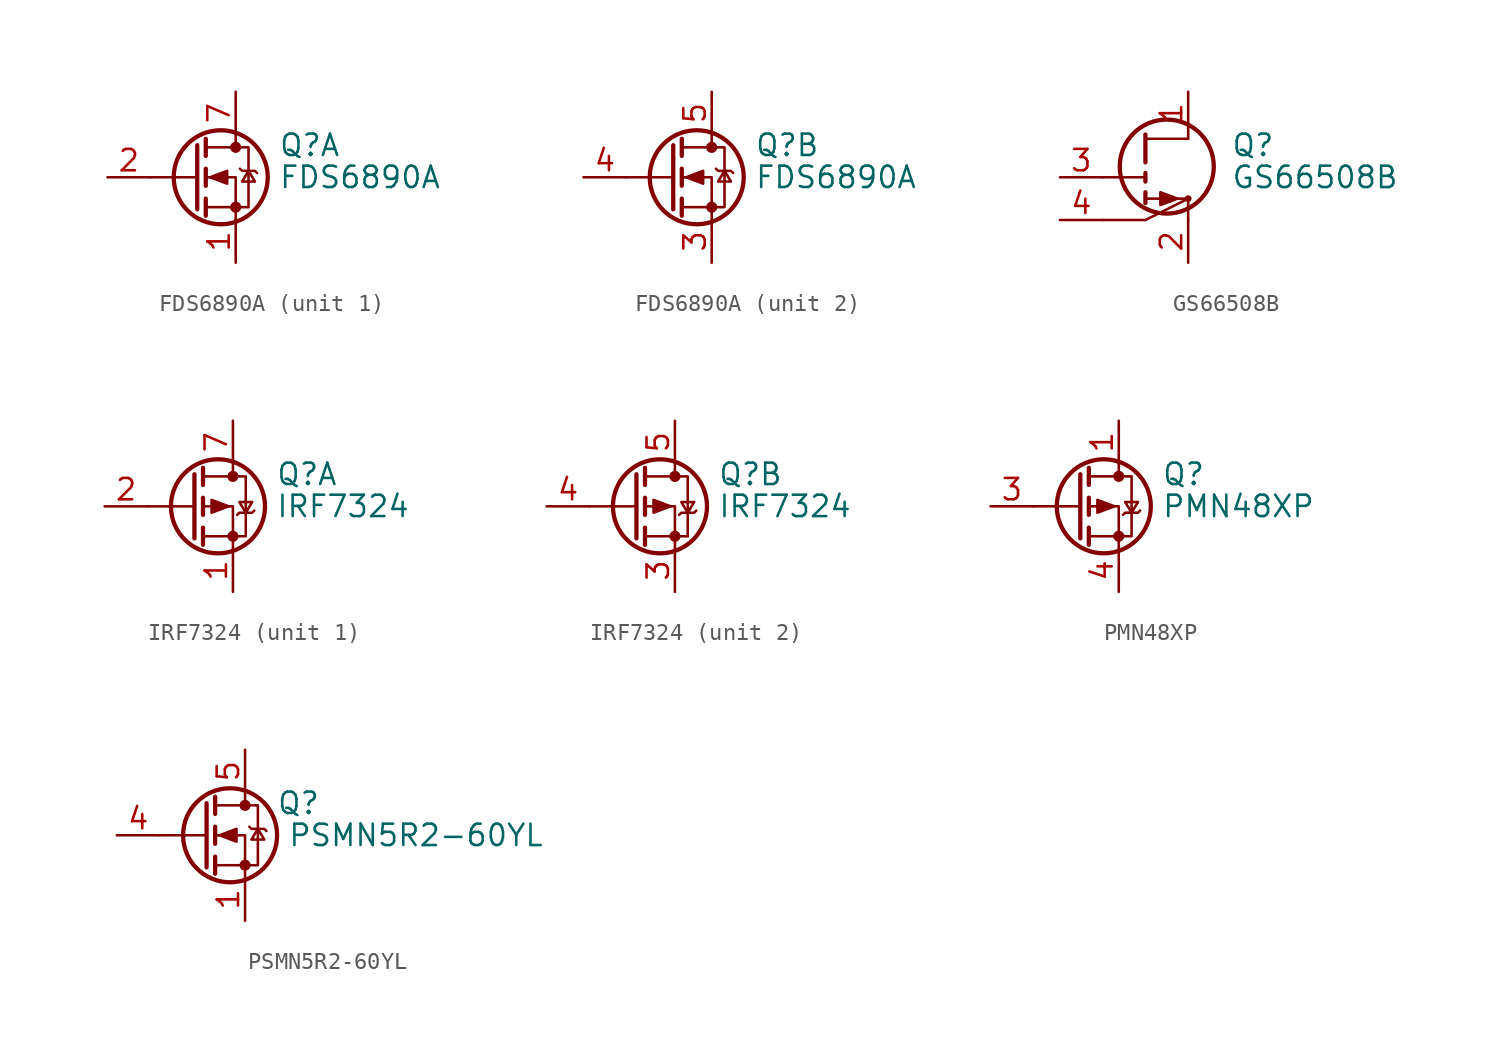
<source format=kicad_sym>
(kicad_symbol_lib
  (version 20220914)
  (generator kicad_symbol_editor)
  (symbol "FDS6890A"
    (pin_names hide)
    (property "Reference" "Q"
      (at 5.08 1.905 0)
      (effects (font (size 1.27 1.27)) (justify left)))
    (property "Value" "FDS6890A"
      (at 5.08 0 0)
      (effects (font (size 1.27 1.27)) (justify left)))
    (symbol "FDS6890A_0_1"
      (polyline (pts (xy 0.254 0) (xy -2.54 0)) (stroke (width 0) (type default)) (fill (type none)))
      (polyline (pts (xy 0.254 1.905) (xy 0.254 -1.905)) (stroke (width 0.254) (type default)) (fill (type none)))
      (polyline (pts (xy 0.762 -1.27) (xy 0.762 -2.286)) (stroke (width 0.254) (type default)) (fill (type none)))
      (polyline (pts (xy 0.762 0.508) (xy 0.762 -0.508)) (stroke (width 0.254) (type default)) (fill (type none)))
      (polyline (pts (xy 0.762 2.286) (xy 0.762 1.27)) (stroke (width 0.254) (type default)) (fill (type none)))
      (polyline (pts (xy 2.54 2.54) (xy 2.54 1.778)) (stroke (width 0) (type default)) (fill (type none)))
      (polyline (pts (xy 2.54 -2.54) (xy 2.54 0) (xy 0.762 0)) (stroke (width 0) (type default)) (fill (type none)))
      (polyline (pts (xy 0.762 -1.778) (xy 3.302 -1.778) (xy 3.302 1.778) (xy 0.762 1.778)) (stroke (width 0) (type default)) (fill (type none)))
      (polyline (pts (xy 1.016 0) (xy 2.032 0.381) (xy 2.032 -0.381) (xy 1.016 0)) (stroke (width 0) (type default)) (fill (type outline)))
      (polyline (pts (xy 2.794 0.508) (xy 2.921 0.381) (xy 3.683 0.381) (xy 3.81 0.254)) (stroke (width 0) (type default)) (fill (type none)))
      (polyline (pts (xy 3.302 0.381) (xy 2.921 -0.254) (xy 3.683 -0.254) (xy 3.302 0.381)) (stroke (width 0) (type default)) (fill (type none)))
      (circle (center 1.651 0) (radius 2.794) (stroke (width 0.254) (type default)) (fill (type none)))
      (circle (center 2.54 -1.778) (radius 0.254) (stroke (width 0) (type default)) (fill (type outline)))
      (circle (center 2.54 1.778) (radius 0.254) (stroke (width 0) (type default)) (fill (type outline))))
    (symbol "FDS6890A_1_1"
      (pin passive line (at 2.54 -5.08 90) (length 2.54) (name "S1" (effects (font (size 1.27 1.27)))) (number "1" (effects (font (size 1.27 1.27)))))
      (pin passive line (at -5.08 0 0) (length 2.54) (name "G1" (effects (font (size 1.27 1.27)))) (number "2" (effects (font (size 1.27 1.27)))))
      (pin passive line (at 2.54 5.08 270) (length 2.54) (name "D1" (effects (font (size 1.27 1.27)))) (number "7" (effects (font (size 1.27 1.27)))))
      (pin passive line (at 2.54 5.08 270) (length 2.54) hide (name "D1" (effects (font (size 1.27 1.27)))) (number "8" (effects (font (size 1.27 1.27))))))
    (symbol "FDS6890A_2_1"
      (pin passive line (at 2.54 -5.08 90) (length 2.54) (name "S2" (effects (font (size 1.27 1.27)))) (number "3" (effects (font (size 1.27 1.27)))))
      (pin passive line (at -5.08 0 0) (length 2.54) (name "G2" (effects (font (size 1.27 1.27)))) (number "4" (effects (font (size 1.27 1.27)))))
      (pin passive line (at 2.54 5.08 270) (length 2.54) (name "D2" (effects (font (size 1.27 1.27)))) (number "5" (effects (font (size 1.27 1.27)))))
      (pin passive line (at 2.54 5.08 270) (length 2.54) hide (name "D2" (effects (font (size 1.27 1.27)))) (number "6" (effects (font (size 1.27 1.27)))))))
  (symbol "GS66508B"
    (pin_names
      (offset 0) hide)
    (property "Reference" "Q"
      (at 5.08 1.905 0)
      (effects (font (size 1.27 1.27)) (justify left)))
    (property "Value" "GS66508B"
      (at 5.08 0 0)
      (effects (font (size 1.27 1.27)) (justify left)))
    (symbol "GS66508B_0_1"
      (polyline (pts (xy -2.54 -2.54) (xy 0 -2.54)) (stroke (width 0) (type default)) (fill (type none)))
      (polyline (pts (xy 0 -2.54) (xy 2.54 -1.27)) (stroke (width 0) (type default)) (fill (type none)))
      (polyline (pts (xy 0 0) (xy -2.54 0)) (stroke (width 0) (type default)) (fill (type none)))
      (polyline (pts (xy 0 2.286) (xy 2.54 2.286)) (stroke (width 0) (type default)) (fill (type none)))
      (polyline (pts (xy 2.54 -2.54) (xy 2.54 -1.27)) (stroke (width 0) (type default)) (fill (type none)))
      (polyline (pts (xy 2.54 -1.27) (xy 0 -1.27)) (stroke (width 0) (type default)) (fill (type none)))
      (polyline (pts (xy 2.54 2.286) (xy 2.54 2.54)) (stroke (width 0) (type default)) (fill (type none)))
      (polyline (pts (xy 1.905 -1.27) (xy 0.889 -0.889) (xy 0.889 -1.651) (xy 1.905 -1.27)) (stroke (width 0) (type default)) (fill (type outline)))
      (circle (center 1.27 0.635) (radius 2.794) (stroke (width 0.254) (type default)) (fill (type none)))
      (circle (center 2.54 -1.27) (radius 0.127) (stroke (width 0) (type default)) (fill (type none))))
    (symbol "GS66508B_1_1"
      (polyline (pts (xy 0 -0.889) (xy 0 -1.524)) (stroke (width 0.254) (type default)) (fill (type none)))
      (polyline (pts (xy 0 0.254) (xy 0 -0.254)) (stroke (width 0.254) (type default)) (fill (type none)))
      (polyline (pts (xy 0 0.889) (xy 0 2.54)) (stroke (width 0.254) (type default)) (fill (type none)))
      (pin passive line (at 2.54 5.08 270) (length 2.54) (name "D" (effects (font (size 1.27 1.27)))) (number "1" (effects (font (size 1.27 1.27)))))
      (pin passive line (at 2.54 -5.08 90) (length 2.54) (name "S" (effects (font (size 1.27 1.27)))) (number "2" (effects (font (size 1.27 1.27)))))
      (pin input line (at -5.08 0 0) (length 2.54) (name "G" (effects (font (size 1.27 1.27)))) (number "3" (effects (font (size 1.27 1.27)))))
      (pin passive line (at -5.08 -2.54 0) (length 2.54) (name "SS" (effects (font (size 1.27 1.27)))) (number "4" (effects (font (size 1.27 1.27)))))))
  (symbol "IRF7324"
    (pin_names hide)
    (property "Reference" "Q"
      (at 5.08 1.905 0)
      (effects (font (size 1.27 1.27)) (justify left)))
    (property "Value" "IRF7324"
      (at 5.08 0 0)
      (effects (font (size 1.27 1.27)) (justify left)))
    (symbol "IRF7324_0_1"
      (polyline (pts (xy 0.254 0) (xy -2.54 0)) (stroke (width 0) (type default)) (fill (type none)))
      (polyline (pts (xy 0.254 1.905) (xy 0.254 -1.905)) (stroke (width 0.254) (type default)) (fill (type none)))
      (polyline (pts (xy 0.762 -1.27) (xy 0.762 -2.286)) (stroke (width 0.254) (type default)) (fill (type none)))
      (polyline (pts (xy 0.762 0.508) (xy 0.762 -0.508)) (stroke (width 0.254) (type default)) (fill (type none)))
      (polyline (pts (xy 0.762 2.286) (xy 0.762 1.27)) (stroke (width 0.254) (type default)) (fill (type none)))
      (polyline (pts (xy 2.54 2.54) (xy 2.54 1.778)) (stroke (width 0) (type default)) (fill (type none)))
      (polyline (pts (xy 2.54 -2.54) (xy 2.54 0) (xy 0.762 0)) (stroke (width 0) (type default)) (fill (type none)))
      (polyline (pts (xy 0.762 1.778) (xy 3.302 1.778) (xy 3.302 -1.778) (xy 0.762 -1.778)) (stroke (width 0) (type default)) (fill (type none)))
      (polyline (pts (xy 2.286 0) (xy 1.27 0.381) (xy 1.27 -0.381) (xy 2.286 0)) (stroke (width 0) (type default)) (fill (type outline)))
      (polyline (pts (xy 2.794 -0.508) (xy 2.921 -0.381) (xy 3.683 -0.381) (xy 3.81 -0.254)) (stroke (width 0) (type default)) (fill (type none)))
      (polyline (pts (xy 3.302 -0.381) (xy 2.921 0.254) (xy 3.683 0.254) (xy 3.302 -0.381)) (stroke (width 0) (type default)) (fill (type none)))
      (circle (center 1.651 0) (radius 2.794) (stroke (width 0.254) (type default)) (fill (type none)))
      (circle (center 2.54 -1.778) (radius 0.254) (stroke (width 0) (type default)) (fill (type outline)))
      (circle (center 2.54 1.778) (radius 0.254) (stroke (width 0) (type default)) (fill (type outline))))
    (symbol "IRF7324_1_1"
      (pin passive line (at 2.54 -5.08 90) (length 2.54) (name "S1" (effects (font (size 1.27 1.27)))) (number "1" (effects (font (size 1.27 1.27)))))
      (pin input line (at -5.08 0 0) (length 2.54) (name "G1" (effects (font (size 1.27 1.27)))) (number "2" (effects (font (size 1.27 1.27)))))
      (pin passive line (at 2.54 5.08 270) (length 2.54) (name "D1" (effects (font (size 1.27 1.27)))) (number "7" (effects (font (size 1.27 1.27)))))
      (pin passive line (at 2.54 5.08 270) (length 2.54) hide (name "D1" (effects (font (size 1.27 1.27)))) (number "8" (effects (font (size 1.27 1.27))))))
    (symbol "IRF7324_2_1"
      (pin passive line (at 2.54 -5.08 90) (length 2.54) (name "S2" (effects (font (size 1.27 1.27)))) (number "3" (effects (font (size 1.27 1.27)))))
      (pin input line (at -5.08 0 0) (length 2.54) (name "G2" (effects (font (size 1.27 1.27)))) (number "4" (effects (font (size 1.27 1.27)))))
      (pin passive line (at 2.54 5.08 270) (length 2.54) (name "D2" (effects (font (size 1.27 1.27)))) (number "5" (effects (font (size 1.27 1.27)))))
      (pin passive line (at 2.54 5.08 270) (length 2.54) hide (name "D2" (effects (font (size 1.27 1.27)))) (number "6" (effects (font (size 1.27 1.27)))))))
  (symbol "PMN48XP"
    (pin_names hide)
    (property "Reference" "Q"
      (at 5.08 1.905 0)
      (effects (font (size 1.27 1.27)) (justify left)))
    (property "Value" "PMN48XP"
      (at 5.08 0 0)
      (effects (font (size 1.27 1.27)) (justify left)))
    (symbol "PMN48XP_0_1"
      (polyline (pts (xy 0.254 0) (xy -2.54 0)) (stroke (width 0) (type default)) (fill (type none)))
      (polyline (pts (xy 0.254 1.905) (xy 0.254 -1.905)) (stroke (width 0.254) (type default)) (fill (type none)))
      (polyline (pts (xy 0.762 -1.27) (xy 0.762 -2.286)) (stroke (width 0.254) (type default)) (fill (type none)))
      (polyline (pts (xy 0.762 0.508) (xy 0.762 -0.508)) (stroke (width 0.254) (type default)) (fill (type none)))
      (polyline (pts (xy 0.762 2.286) (xy 0.762 1.27)) (stroke (width 0.254) (type default)) (fill (type none)))
      (polyline (pts (xy 2.54 2.54) (xy 2.54 1.778)) (stroke (width 0) (type default)) (fill (type none)))
      (polyline (pts (xy 2.54 -2.54) (xy 2.54 0) (xy 0.762 0)) (stroke (width 0) (type default)) (fill (type none)))
      (polyline (pts (xy 0.762 1.778) (xy 3.302 1.778) (xy 3.302 -1.778) (xy 0.762 -1.778)) (stroke (width 0) (type default)) (fill (type none)))
      (polyline (pts (xy 2.286 0) (xy 1.27 0.381) (xy 1.27 -0.381) (xy 2.286 0)) (stroke (width 0) (type default)) (fill (type outline)))
      (polyline (pts (xy 2.794 -0.508) (xy 2.921 -0.381) (xy 3.683 -0.381) (xy 3.81 -0.254)) (stroke (width 0) (type default)) (fill (type none)))
      (polyline (pts (xy 3.302 -0.381) (xy 2.921 0.254) (xy 3.683 0.254) (xy 3.302 -0.381)) (stroke (width 0) (type default)) (fill (type none)))
      (circle (center 1.651 0) (radius 2.794) (stroke (width 0.254) (type default)) (fill (type none)))
      (circle (center 2.54 -1.778) (radius 0.254) (stroke (width 0) (type default)) (fill (type outline)))
      (circle (center 2.54 1.778) (radius 0.254) (stroke (width 0) (type default)) (fill (type outline))))
    (symbol "PMN48XP_1_1"
      (pin passive line (at 2.54 5.08 270) (length 2.54) (name "D" (effects (font (size 1.27 1.27)))) (number "1" (effects (font (size 1.27 1.27)))))
      (pin passive line (at 2.54 5.08 270) (length 2.54) hide (name "D" (effects (font (size 1.27 1.27)))) (number "2" (effects (font (size 1.27 1.27)))))
      (pin passive line (at -5.08 0 0) (length 2.54) (name "G" (effects (font (size 1.27 1.27)))) (number "3" (effects (font (size 1.27 1.27)))))
      (pin passive line (at 2.54 -5.08 90) (length 2.54) (name "S" (effects (font (size 1.27 1.27)))) (number "4" (effects (font (size 1.27 1.27)))))
      (pin passive line (at 2.54 5.08 270) (length 2.54) hide (name "D" (effects (font (size 1.27 1.27)))) (number "5" (effects (font (size 1.27 1.27)))))
      (pin passive line (at 2.54 5.08 270) (length 2.54) hide (name "D" (effects (font (size 1.27 1.27)))) (number "6" (effects (font (size 1.27 1.27)))))))
  (symbol "PSMN5R2-60YL"
    (pin_names hide)
    (property "Reference" "Q"
      (at 5.715 1.905 0)
      (effects (font (size 1.27 1.27))))
    (property "Value" "PSMN5R2-60YL"
      (at 12.7 0 0)
      (effects (font (size 1.27 1.27))))
    (symbol "PSMN5R2-60YL_0_1"
      (polyline (pts (xy 0.254 0) (xy -2.54 0)) (stroke (width 0) (type default)) (fill (type none)))
      (polyline (pts (xy 0.254 1.905) (xy 0.254 -1.905)) (stroke (width 0.254) (type default)) (fill (type none)))
      (polyline (pts (xy 0.762 -1.27) (xy 0.762 -2.286)) (stroke (width 0.254) (type default)) (fill (type none)))
      (polyline (pts (xy 0.762 0.508) (xy 0.762 -0.508)) (stroke (width 0.254) (type default)) (fill (type none)))
      (polyline (pts (xy 0.762 2.286) (xy 0.762 1.27)) (stroke (width 0.254) (type default)) (fill (type none)))
      (polyline (pts (xy 2.54 2.54) (xy 2.54 1.778)) (stroke (width 0) (type default)) (fill (type none)))
      (polyline (pts (xy 2.54 -2.54) (xy 2.54 0) (xy 0.762 0)) (stroke (width 0) (type default)) (fill (type none)))
      (polyline (pts (xy 0.762 -1.778) (xy 3.302 -1.778) (xy 3.302 1.778) (xy 0.762 1.778)) (stroke (width 0) (type default)) (fill (type none)))
      (polyline (pts (xy 1.016 0) (xy 2.032 0.381) (xy 2.032 -0.381) (xy 1.016 0)) (stroke (width 0) (type default)) (fill (type outline)))
      (polyline (pts (xy 2.794 0.508) (xy 2.921 0.381) (xy 3.683 0.381) (xy 3.81 0.254)) (stroke (width 0) (type default)) (fill (type none)))
      (polyline (pts (xy 3.302 0.381) (xy 2.921 -0.254) (xy 3.683 -0.254) (xy 3.302 0.381)) (stroke (width 0) (type default)) (fill (type none)))
      (circle (center 1.651 0) (radius 2.794) (stroke (width 0.254) (type default)) (fill (type none)))
      (circle (center 2.54 -1.778) (radius 0.254) (stroke (width 0) (type default)) (fill (type outline)))
      (circle (center 2.54 1.778) (radius 0.254) (stroke (width 0) (type default)) (fill (type outline))))
    (symbol "PSMN5R2-60YL_1_1"
      (pin passive line (at 2.54 -5.08 90) (length 2.54) (name "S" (effects (font (size 1.27 1.27)))) (number "1" (effects (font (size 1.27 1.27)))))
      (pin passive line (at 2.54 -5.08 90) (length 2.54) hide (name "S" (effects (font (size 1.27 1.27)))) (number "2" (effects (font (size 1.27 1.27)))))
      (pin passive line (at 2.54 -5.08 90) (length 2.54) hide (name "S" (effects (font (size 1.27 1.27)))) (number "3" (effects (font (size 1.27 1.27)))))
      (pin passive line (at -5.08 0 0) (length 2.54) (name "G" (effects (font (size 1.27 1.27)))) (number "4" (effects (font (size 1.27 1.27)))))
      (pin passive line (at 2.54 5.08 270) (length 2.54) (name "D" (effects (font (size 1.27 1.27)))) (number "5" (effects (font (size 1.27 1.27))))))))
</source>
